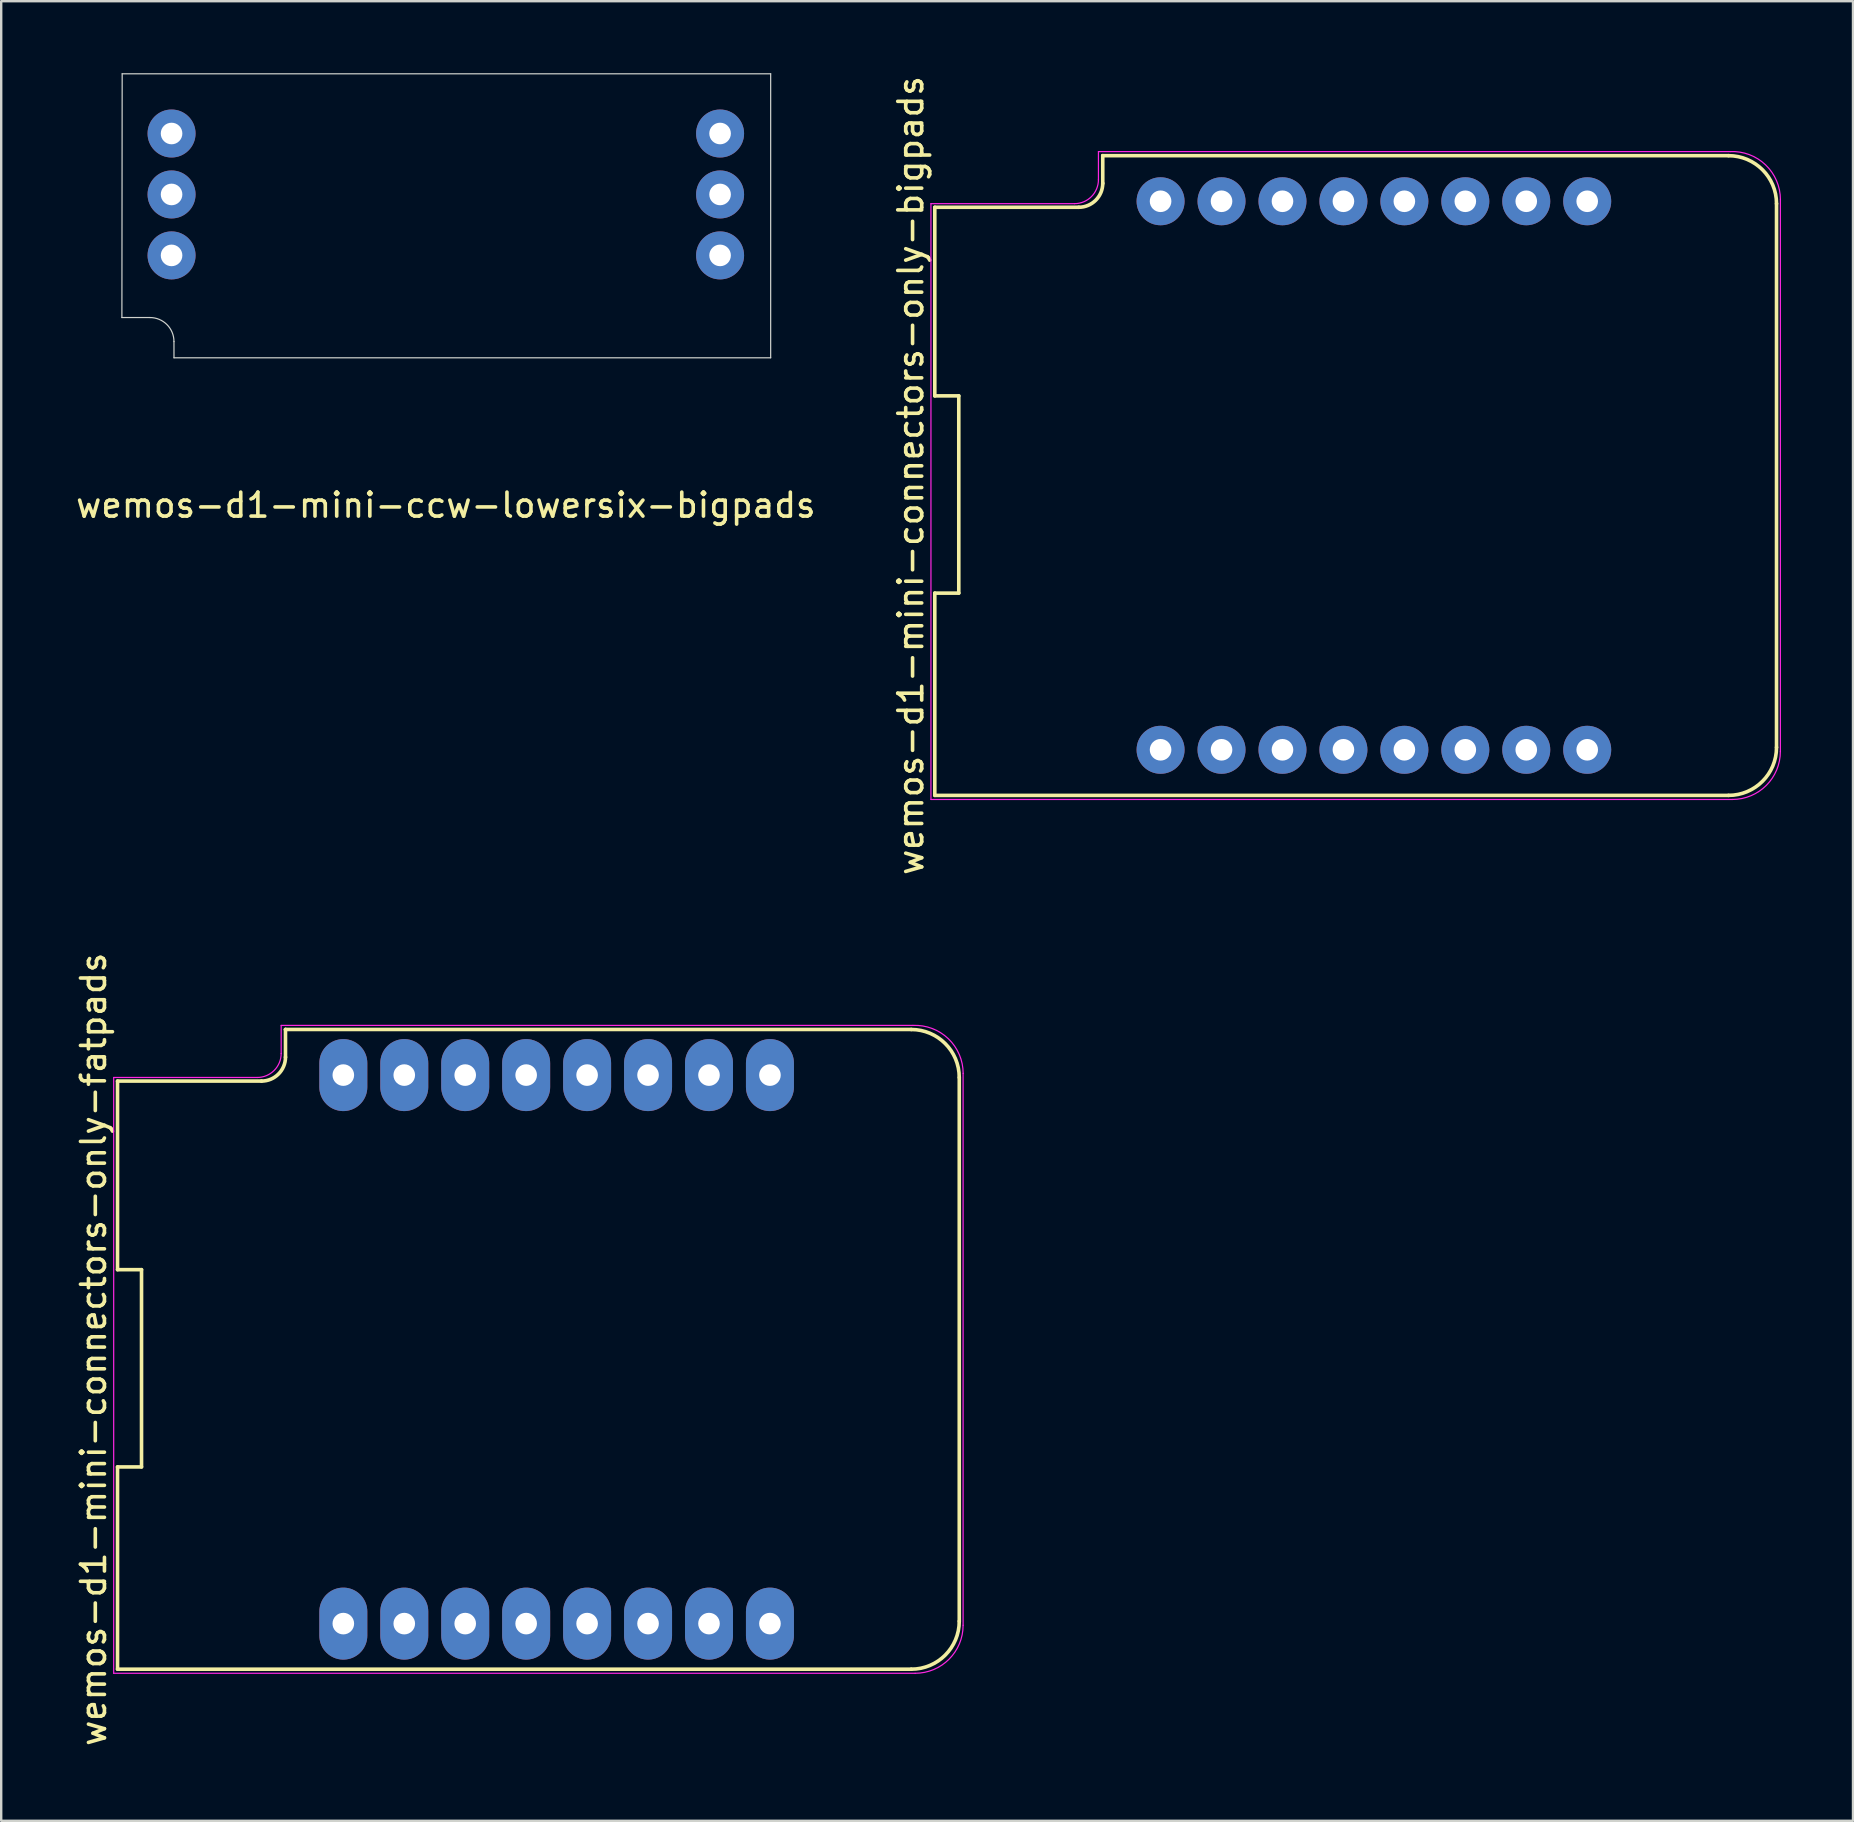
<source format=kicad_pcb>
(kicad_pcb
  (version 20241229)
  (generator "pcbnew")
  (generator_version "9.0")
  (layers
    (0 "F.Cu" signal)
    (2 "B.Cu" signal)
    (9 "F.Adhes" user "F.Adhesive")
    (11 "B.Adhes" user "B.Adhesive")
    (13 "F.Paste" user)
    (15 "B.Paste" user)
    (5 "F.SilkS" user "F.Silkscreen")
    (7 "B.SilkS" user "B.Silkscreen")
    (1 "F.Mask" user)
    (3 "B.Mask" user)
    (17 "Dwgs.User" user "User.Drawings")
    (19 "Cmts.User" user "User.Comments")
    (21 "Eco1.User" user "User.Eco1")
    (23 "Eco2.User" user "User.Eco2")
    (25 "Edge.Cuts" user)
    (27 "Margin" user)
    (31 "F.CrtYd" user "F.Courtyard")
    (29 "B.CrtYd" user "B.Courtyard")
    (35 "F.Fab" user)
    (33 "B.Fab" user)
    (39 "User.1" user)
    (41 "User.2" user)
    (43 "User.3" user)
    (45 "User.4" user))
  (footprint "wemos-d1-mini-connectors-only-fatpads"
    (layer "F.Cu")
    (at 20.148 53.185)
    (property "Reference" "wemos-d1-mini-connectors-only-fatpads" (at -19.3 0 90) (layer "F.SilkS") (effects (font (size 1 1) (thickness 0.15))))
    (attr through_hole)
    (fp_line (start -18.3 -11.18) (end -18.3 -3.32) (stroke (width 0.15) (type solid)) (layer "F.SilkS"))
    (fp_line (start -18.3 -11.18) (end -12.3 -11.18) (stroke (width 0.15) (type solid)) (layer "F.SilkS"))
    (fp_line (start -18.3 -3.32) (end -17.3 -3.32) (stroke (width 0.15) (type solid)) (layer "F.SilkS"))
    (fp_line (start -18.3 4.9) (end -18.3 13.33) (stroke (width 0.15) (type solid)) (layer "F.SilkS"))
    (fp_line (start -18.3 13.33) (end 14.78 13.33) (stroke (width 0.15) (type solid)) (layer "F.SilkS"))
    (fp_line (start -17.3 -3.32) (end -17.3 4.9) (stroke (width 0.15) (type solid)) (layer "F.SilkS"))
    (fp_line (start -17.3 4.9) (end -18.3 4.9) (stroke (width 0.15) (type solid)) (layer "F.SilkS"))
    (fp_line (start -11.3 -13.33) (end -11.3 -13.33) (stroke (width 0.15) (type solid)) (layer "F.SilkS"))
    (fp_line (start -11.3 -12.17) (end -11.3 -13.33) (stroke (width 0.15) (type solid)) (layer "F.SilkS"))
    (fp_line (start 14.78 -13.33) (end -11.3 -13.33) (stroke (width 0.15) (type solid)) (layer "F.SilkS"))
    (fp_line (start 16.78 11.33) (end 16.78 -11.33) (stroke (width 0.15) (type solid)) (layer "F.SilkS"))
    (fp_arc (start -11.3 -12.18) (mid -11.592893 -11.472893) (end -12.3 -11.18) (stroke (width 0.15) (type solid)) (layer "F.SilkS"))
    (fp_arc (start 14.78 -13.33) (mid 16.194214 -12.744214) (end 16.78 -11.33) (stroke (width 0.15) (type solid)) (layer "F.SilkS"))
    (fp_arc (start 16.78 11.33) (mid 16.194214 12.744214) (end 14.78 13.33) (stroke (width 0.15) (type solid)) (layer "F.SilkS"))
    (fp_line (start -18.46 -11.33) (end -12.48 -11.33) (stroke (width 0.05) (type solid)) (layer "F.CrtYd"))
    (fp_line (start -18.46 13.5) (end -18.46 -11.33) (stroke (width 0.05) (type solid)) (layer "F.CrtYd"))
    (fp_line (start -11.48 -13.5) (end -11.48 -12.33) (stroke (width 0.05) (type solid)) (layer "F.CrtYd"))
    (fp_line (start -11.48 -13.5) (end 14.85 -13.5) (stroke (width 0.05) (type solid)) (layer "F.CrtYd"))
    (fp_line (start 14.94 13.5) (end -18.46 13.5) (stroke (width 0.05) (type solid)) (layer "F.CrtYd"))
    (fp_line (start 16.94 -11.5) (end 16.94 11.5) (stroke (width 0.05) (type solid)) (layer "F.CrtYd"))
    (fp_arc (start -11.48 -12.33) (mid -11.772893 -11.622893) (end -12.48 -11.33) (stroke (width 0.05) (type solid)) (layer "F.CrtYd"))
    (fp_arc (start 14.85 -13.5) (mid 16.323459 -12.947115) (end 16.942024 -11.5) (stroke (width 0.05) (type solid)) (layer "F.CrtYd"))
    (fp_arc (start 16.94 11.5) (mid 16.354214 12.914214) (end 14.94 13.5) (stroke (width 0.05) (type solid)) (layer "F.CrtYd"))
    (pad "1" thru_hole oval (at -8.89 11.43) (size 2 3) (drill 0.9) (layers "*.Cu" "*.Mask"))
    (pad "2" thru_hole oval (at -6.35 11.43) (size 2 3) (drill 0.9) (layers "*.Cu" "*.Mask"))
    (pad "3" thru_hole oval (at -3.81 11.43) (size 2 3) (drill 0.9) (layers "*.Cu" "*.Mask"))
    (pad "4" thru_hole oval (at -1.27 11.43) (size 2 3) (drill 0.9) (layers "*.Cu" "*.Mask"))
    (pad "5" thru_hole oval (at 1.27 11.43) (size 2 3) (drill 0.9) (layers "*.Cu" "*.Mask"))
    (pad "6" thru_hole oval (at 3.81 11.43) (size 2 3) (drill 0.9) (layers "*.Cu" "*.Mask"))
    (pad "7" thru_hole oval (at 6.35 11.43) (size 2 3) (drill 0.9) (layers "*.Cu" "*.Mask"))
    (pad "8" thru_hole oval (at 8.89 11.43) (size 2 3) (drill 0.9) (layers "*.Cu" "*.Mask"))
    (pad "9" thru_hole oval (at 8.89 -11.43) (size 2 3) (drill 0.9) (layers "*.Cu" "*.Mask"))
    (pad "10" thru_hole oval (at 6.35 -11.43) (size 2 3) (drill 0.9) (layers "*.Cu" "*.Mask"))
    (pad "11" thru_hole oval (at 3.81 -11.43) (size 2 3) (drill 0.9) (layers "*.Cu" "*.Mask"))
    (pad "12" thru_hole oval (at 1.27 -11.43) (size 2 3) (drill 0.9) (layers "*.Cu" "*.Mask"))
    (pad "13" thru_hole oval (at -1.27 -11.43) (size 2 3) (drill 0.9) (layers "*.Cu" "*.Mask"))
    (pad "14" thru_hole oval (at -3.81 -11.43) (size 2 3) (drill 0.9) (layers "*.Cu" "*.Mask"))
    (pad "15" thru_hole oval (at -6.35 -11.43) (size 2 3) (drill 0.9) (layers "*.Cu" "*.Mask"))
    (pad "16" thru_hole oval (at -8.89 -11.43) (size 2 3) (drill 0.9) (layers "*.Cu" "*.Mask")))
  (footprint "wemos-d1-mini-connectors-only-bigpads"
    (layer "F.Cu")
    (at 54.208 16.768)
    (property "Reference" "wemos-d1-mini-connectors-only-bigpads" (at -19.3 0 90) (layer "F.SilkS") (effects (font (size 1 1) (thickness 0.15))))
    (attr through_hole)
    (fp_line (start -18.3 -11.18) (end -18.3 -3.32) (stroke (width 0.15) (type solid)) (layer "F.SilkS"))
    (fp_line (start -18.3 -11.18) (end -12.3 -11.18) (stroke (width 0.15) (type solid)) (layer "F.SilkS"))
    (fp_line (start -18.3 -3.32) (end -17.3 -3.32) (stroke (width 0.15) (type solid)) (layer "F.SilkS"))
    (fp_line (start -18.3 4.9) (end -18.3 13.33) (stroke (width 0.15) (type solid)) (layer "F.SilkS"))
    (fp_line (start -18.3 13.33) (end 14.78 13.33) (stroke (width 0.15) (type solid)) (layer "F.SilkS"))
    (fp_line (start -17.3 -3.32) (end -17.3 4.9) (stroke (width 0.15) (type solid)) (layer "F.SilkS"))
    (fp_line (start -17.3 4.9) (end -18.3 4.9) (stroke (width 0.15) (type solid)) (layer "F.SilkS"))
    (fp_line (start -11.3 -13.33) (end -11.3 -13.33) (stroke (width 0.15) (type solid)) (layer "F.SilkS"))
    (fp_line (start -11.3 -12.17) (end -11.3 -13.33) (stroke (width 0.15) (type solid)) (layer "F.SilkS"))
    (fp_line (start 14.78 -13.33) (end -11.3 -13.33) (stroke (width 0.15) (type solid)) (layer "F.SilkS"))
    (fp_line (start 16.78 11.33) (end 16.78 -11.33) (stroke (width 0.15) (type solid)) (layer "F.SilkS"))
    (fp_arc (start -11.3 -12.18) (mid -11.592893 -11.472893) (end -12.3 -11.18) (stroke (width 0.15) (type solid)) (layer "F.SilkS"))
    (fp_arc (start 14.78 -13.33) (mid 16.194214 -12.744214) (end 16.78 -11.33) (stroke (width 0.15) (type solid)) (layer "F.SilkS"))
    (fp_arc (start 16.78 11.33) (mid 16.194214 12.744214) (end 14.78 13.33) (stroke (width 0.15) (type solid)) (layer "F.SilkS"))
    (fp_line (start -18.46 -11.33) (end -12.48 -11.33) (stroke (width 0.05) (type solid)) (layer "F.CrtYd"))
    (fp_line (start -18.46 13.5) (end -18.46 -11.33) (stroke (width 0.05) (type solid)) (layer "F.CrtYd"))
    (fp_line (start -11.48 -13.5) (end -11.48 -12.33) (stroke (width 0.05) (type solid)) (layer "F.CrtYd"))
    (fp_line (start -11.48 -13.5) (end 14.85 -13.5) (stroke (width 0.05) (type solid)) (layer "F.CrtYd"))
    (fp_line (start 14.94 13.5) (end -18.46 13.5) (stroke (width 0.05) (type solid)) (layer "F.CrtYd"))
    (fp_line (start 16.94 -11.5) (end 16.94 11.5) (stroke (width 0.05) (type solid)) (layer "F.CrtYd"))
    (fp_arc (start -11.48 -12.33) (mid -11.772893 -11.622893) (end -12.48 -11.33) (stroke (width 0.05) (type solid)) (layer "F.CrtYd"))
    (fp_arc (start 14.85 -13.5) (mid 16.323459 -12.947115) (end 16.942024 -11.5) (stroke (width 0.05) (type solid)) (layer "F.CrtYd"))
    (fp_arc (start 16.94 11.5) (mid 16.354214 12.914214) (end 14.94 13.5) (stroke (width 0.05) (type solid)) (layer "F.CrtYd"))
    (pad "1" thru_hole oval (at -8.89 11.43) (size 2 2) (drill 0.9) (layers "*.Cu" "*.Mask"))
    (pad "2" thru_hole oval (at -6.35 11.43) (size 2 2) (drill 0.9) (layers "*.Cu" "*.Mask"))
    (pad "3" thru_hole oval (at -3.81 11.43) (size 2 2) (drill 0.9) (layers "*.Cu" "*.Mask"))
    (pad "4" thru_hole oval (at -1.27 11.43) (size 2 2) (drill 0.9) (layers "*.Cu" "*.Mask"))
    (pad "5" thru_hole oval (at 1.27 11.43) (size 2 2) (drill 0.9) (layers "*.Cu" "*.Mask"))
    (pad "6" thru_hole oval (at 3.81 11.43) (size 2 2) (drill 0.9) (layers "*.Cu" "*.Mask"))
    (pad "7" thru_hole oval (at 6.35 11.43) (size 2 2) (drill 0.9) (layers "*.Cu" "*.Mask"))
    (pad "8" thru_hole oval (at 8.89 11.43) (size 2 2) (drill 0.9) (layers "*.Cu" "*.Mask"))
    (pad "9" thru_hole oval (at 8.89 -11.43) (size 2 2) (drill 0.9) (layers "*.Cu" "*.Mask"))
    (pad "10" thru_hole oval (at 6.35 -11.43) (size 2 2) (drill 0.9) (layers "*.Cu" "*.Mask"))
    (pad "11" thru_hole oval (at 3.81 -11.43) (size 2 2) (drill 0.9) (layers "*.Cu" "*.Mask"))
    (pad "12" thru_hole oval (at 1.27 -11.43) (size 2 2) (drill 0.9) (layers "*.Cu" "*.Mask"))
    (pad "13" thru_hole oval (at -1.27 -11.43) (size 2 2) (drill 0.9) (layers "*.Cu" "*.Mask"))
    (pad "14" thru_hole oval (at -3.81 -11.43) (size 2 2) (drill 0.9) (layers "*.Cu" "*.Mask"))
    (pad "15" thru_hole oval (at -6.35 -11.43) (size 2 2) (drill 0.9) (layers "*.Cu" "*.Mask"))
    (pad "16" thru_hole oval (at -8.89 -11.43) (size 2 2) (drill 0.9) (layers "*.Cu" "*.Mask")))
  (footprint "wemos-d1-mini-ccw-lowersix-bigpads"
    (layer "F.Cu")
    (at 17.13 0.304)
    (property "Reference" "wemos-d1-mini-ccw-lowersix-bigpads" (at -1.6 17.7 180) (layer "F.SilkS") (effects (font (size 1 1) (thickness 0.15))))
    (attr through_hole)
    (fp_line (start -15.1 9.88) (end -15.088 -0.279) (stroke (width 0.05) (type solid)) (layer "Edge.Cuts"))
    (fp_line (start -15.1 9.88) (end -13.93 9.88) (stroke (width 0.05) (type solid)) (layer "Edge.Cuts"))
    (fp_line (start -15.088 -0.279) (end 11.938 -0.279) (stroke (width 0.05) (type solid)) (layer "Edge.Cuts"))
    (fp_line (start -12.929 11.557) (end -12.93 10.88) (stroke (width 0.05) (type solid)) (layer "Edge.Cuts"))
    (fp_line (start 11.938 -0.279) (end 11.938 11.557) (stroke (width 0.05) (type solid)) (layer "Edge.Cuts"))
    (fp_line (start 11.938 11.557) (end -12.929 11.557) (stroke (width 0.05) (type solid)) (layer "Edge.Cuts"))
    (fp_arc (start -13.93 9.88) (mid -13.222893 10.172893) (end -12.93 10.88) (stroke (width 0.05) (type solid)) (layer "Edge.Cuts"))
    (pad "6" thru_hole oval (at -13.03 2.21 90) (size 2 2) (drill 0.9) (layers "*.Cu" "*.Mask"))
    (pad "7" thru_hole oval (at -13.03 4.75 90) (size 2 2) (drill 0.9) (layers "*.Cu" "*.Mask"))
    (pad "8" thru_hole oval (at -13.03 7.29 90) (size 2 2) (drill 0.9) (layers "*.Cu" "*.Mask"))
    (pad "9" thru_hole oval (at 9.83 7.29 90) (size 2 2) (drill 0.9) (layers "*.Cu" "*.Mask"))
    (pad "10" thru_hole oval (at 9.83 4.75 90) (size 2 2) (drill 0.9) (layers "*.Cu" "*.Mask"))
    (pad "11" thru_hole oval (at 9.83 2.21 90) (size 2 2) (drill 0.9) (layers "*.Cu" "*.Mask")))
  (gr_rect
    (start -3 -3)
    (end 74.175 72.833)
    (stroke (width 0.1) (type default))
    (fill no)
    (layer "Edge.Cuts")))
</source>
